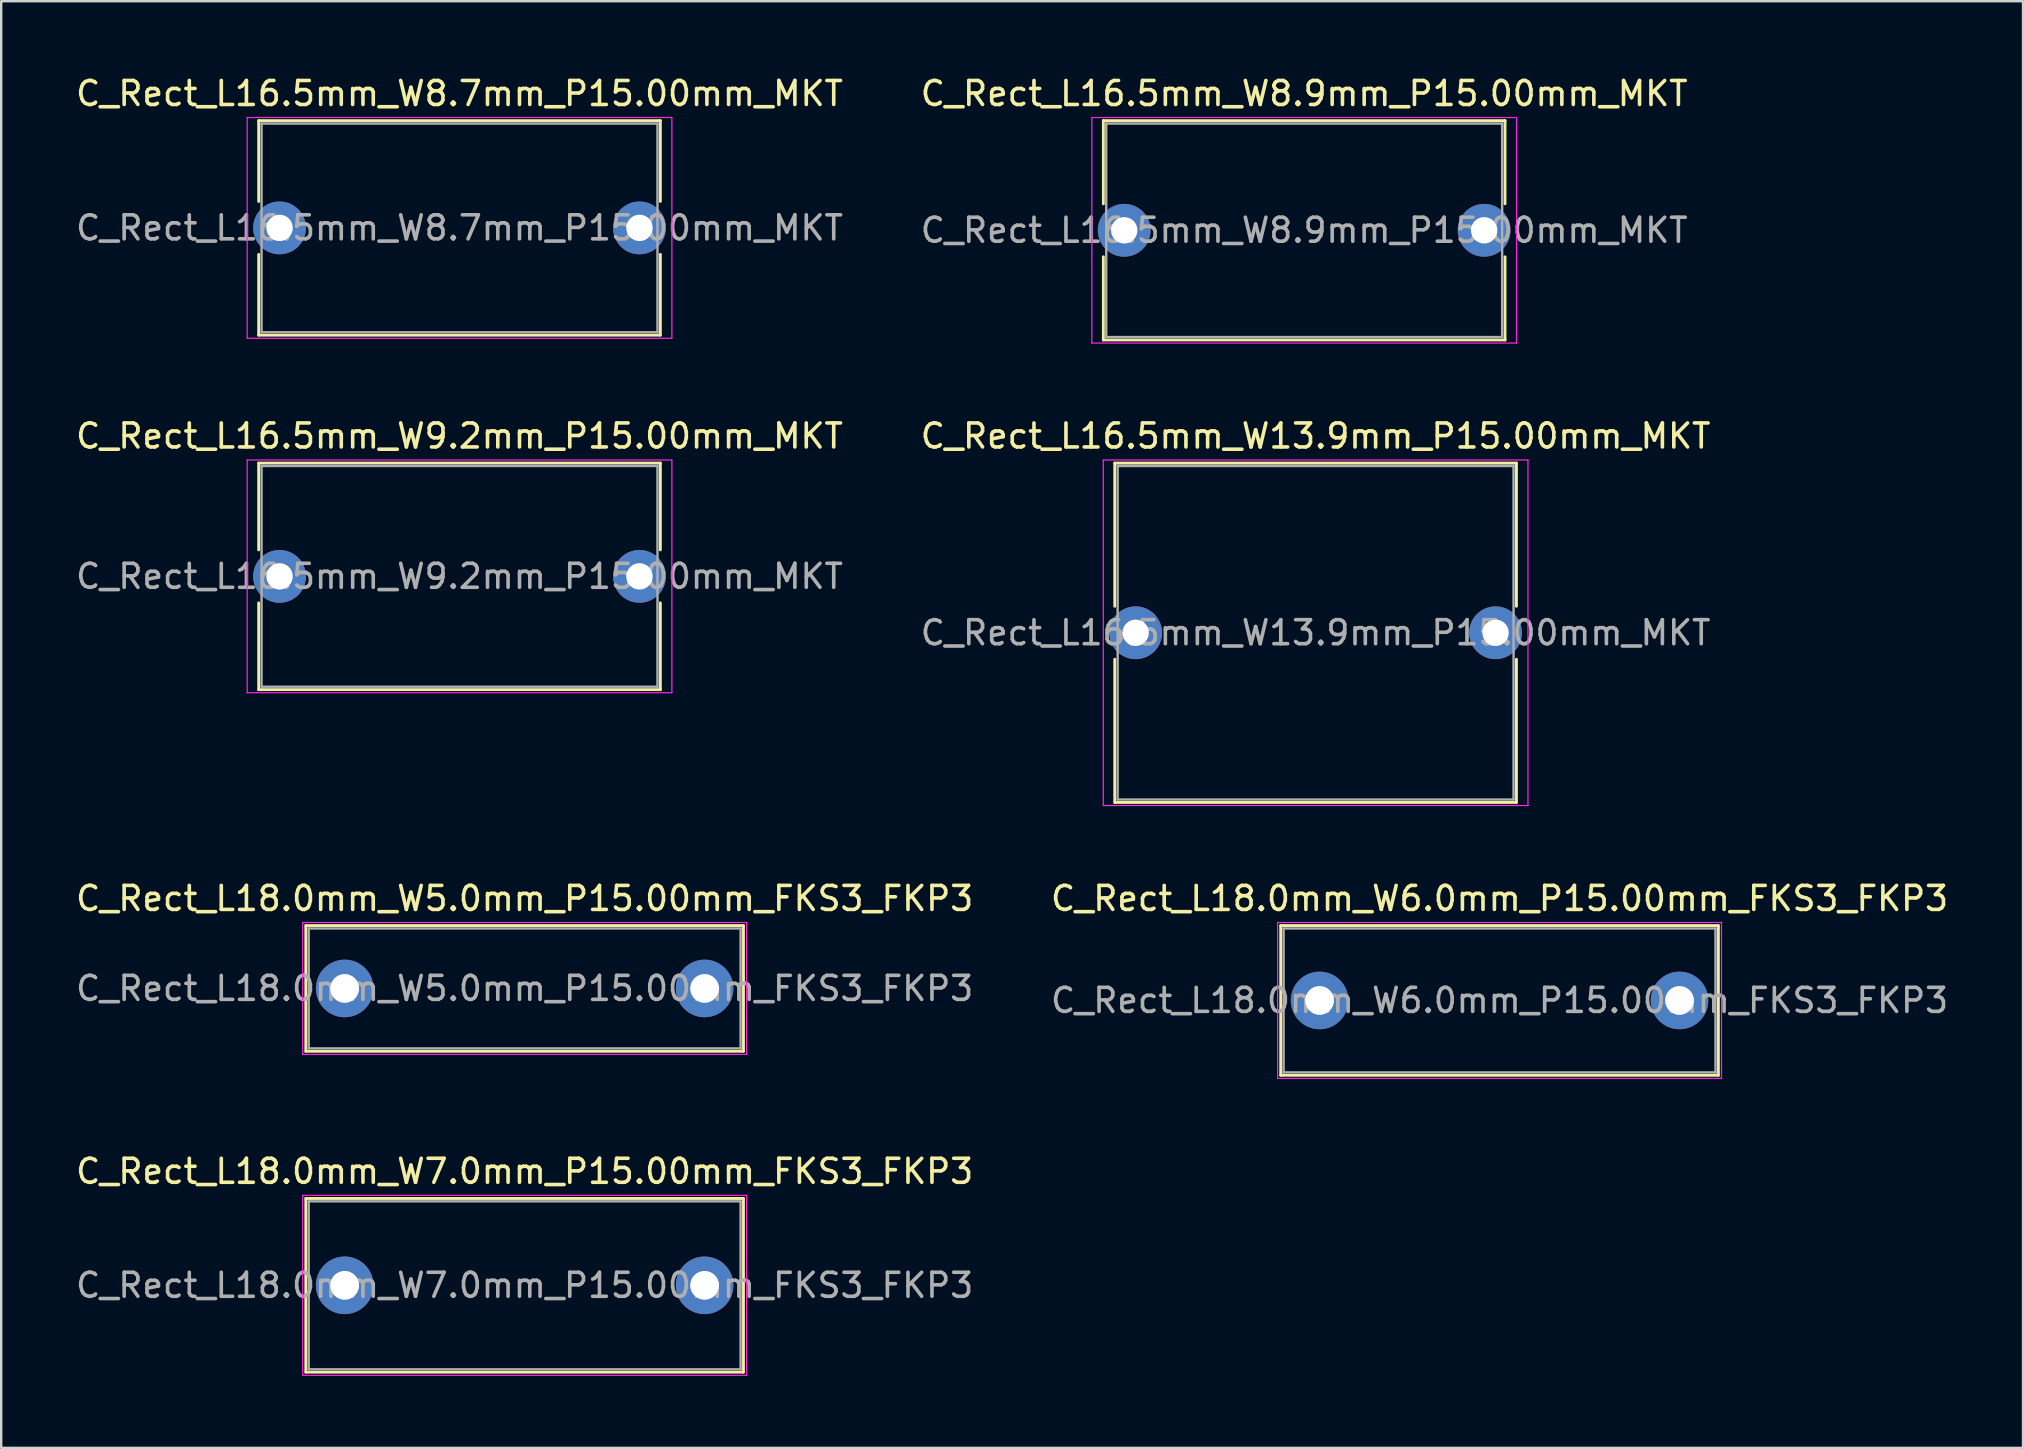
<source format=kicad_pcb>
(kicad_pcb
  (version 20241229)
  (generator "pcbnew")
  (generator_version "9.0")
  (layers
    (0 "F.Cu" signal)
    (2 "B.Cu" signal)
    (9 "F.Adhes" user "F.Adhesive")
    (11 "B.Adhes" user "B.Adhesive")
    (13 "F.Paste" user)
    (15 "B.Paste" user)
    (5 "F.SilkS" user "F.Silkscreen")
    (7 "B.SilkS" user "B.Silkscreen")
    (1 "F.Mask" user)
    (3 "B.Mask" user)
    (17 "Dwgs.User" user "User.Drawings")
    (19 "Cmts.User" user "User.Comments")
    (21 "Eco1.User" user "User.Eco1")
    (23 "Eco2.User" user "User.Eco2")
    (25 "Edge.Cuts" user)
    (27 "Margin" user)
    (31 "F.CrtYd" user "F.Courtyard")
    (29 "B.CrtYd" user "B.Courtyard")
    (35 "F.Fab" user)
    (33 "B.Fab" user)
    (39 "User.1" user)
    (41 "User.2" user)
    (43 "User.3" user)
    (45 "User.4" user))
  (footprint "C_Rect_L18.0mm_W7.0mm_P15.00mm_FKS3_FKP3"
    (layer "F.Cu")
    (at 11.315 50.518)
    (property "Reference" "C_Rect_L18.0mm_W7.0mm_P15.00mm_FKS3_FKP3" (at 7.5 -4.75 0) (layer "F.SilkS") (effects (font (size 1 1) (thickness 0.15))))
    (attr through_hole)
    (fp_line (start -1.62 -3.62) (end -1.62 3.62) (stroke (width 0.12) (type solid)) (layer "F.SilkS"))
    (fp_line (start -1.62 -3.62) (end 16.62 -3.62) (stroke (width 0.12) (type solid)) (layer "F.SilkS"))
    (fp_line (start -1.62 3.62) (end 16.62 3.62) (stroke (width 0.12) (type solid)) (layer "F.SilkS"))
    (fp_line (start 16.62 -3.62) (end 16.62 3.62) (stroke (width 0.12) (type solid)) (layer "F.SilkS"))
    (fp_line (start -1.75 -3.75) (end -1.75 3.75) (stroke (width 0.05) (type solid)) (layer "F.CrtYd"))
    (fp_line (start -1.75 3.75) (end 16.75 3.75) (stroke (width 0.05) (type solid)) (layer "F.CrtYd"))
    (fp_line (start 16.75 -3.75) (end -1.75 -3.75) (stroke (width 0.05) (type solid)) (layer "F.CrtYd"))
    (fp_line (start 16.75 3.75) (end 16.75 -3.75) (stroke (width 0.05) (type solid)) (layer "F.CrtYd"))
    (fp_line (start -1.5 -3.5) (end -1.5 3.5) (stroke (width 0.1) (type solid)) (layer "F.Fab"))
    (fp_line (start -1.5 3.5) (end 16.5 3.5) (stroke (width 0.1) (type solid)) (layer "F.Fab"))
    (fp_line (start 16.5 -3.5) (end -1.5 -3.5) (stroke (width 0.1) (type solid)) (layer "F.Fab"))
    (fp_line (start 16.5 3.5) (end 16.5 -3.5) (stroke (width 0.1) (type solid)) (layer "F.Fab"))
    (fp_text user "${REFERENCE}" (at 7.5 0 0) (layer "F.Fab") (effects (font (size 1 1) (thickness 0.15))))
    (pad "1" thru_hole circle (at 0 0) (size 2.4 2.4) (drill 1.2) (layers "*.Cu" "*.Mask"))
    (pad "2" thru_hole circle (at 15 0) (size 2.4 2.4) (drill 1.2) (layers "*.Cu" "*.Mask")))
  (footprint "C_Rect_L18.0mm_W6.0mm_P15.00mm_FKS3_FKP3"
    (layer "F.Cu")
    (at 51.946 38.645)
    (property "Reference" "C_Rect_L18.0mm_W6.0mm_P15.00mm_FKS3_FKP3" (at 7.5 -4.25 0) (layer "F.SilkS") (effects (font (size 1 1) (thickness 0.15))))
    (attr through_hole)
    (fp_line (start -1.62 -3.12) (end -1.62 3.12) (stroke (width 0.12) (type solid)) (layer "F.SilkS"))
    (fp_line (start -1.62 -3.12) (end 16.62 -3.12) (stroke (width 0.12) (type solid)) (layer "F.SilkS"))
    (fp_line (start -1.62 3.12) (end 16.62 3.12) (stroke (width 0.12) (type solid)) (layer "F.SilkS"))
    (fp_line (start 16.62 -3.12) (end 16.62 3.12) (stroke (width 0.12) (type solid)) (layer "F.SilkS"))
    (fp_line (start -1.75 -3.25) (end -1.75 3.25) (stroke (width 0.05) (type solid)) (layer "F.CrtYd"))
    (fp_line (start -1.75 3.25) (end 16.75 3.25) (stroke (width 0.05) (type solid)) (layer "F.CrtYd"))
    (fp_line (start 16.75 -3.25) (end -1.75 -3.25) (stroke (width 0.05) (type solid)) (layer "F.CrtYd"))
    (fp_line (start 16.75 3.25) (end 16.75 -3.25) (stroke (width 0.05) (type solid)) (layer "F.CrtYd"))
    (fp_line (start -1.5 -3) (end -1.5 3) (stroke (width 0.1) (type solid)) (layer "F.Fab"))
    (fp_line (start -1.5 3) (end 16.5 3) (stroke (width 0.1) (type solid)) (layer "F.Fab"))
    (fp_line (start 16.5 -3) (end -1.5 -3) (stroke (width 0.1) (type solid)) (layer "F.Fab"))
    (fp_line (start 16.5 3) (end 16.5 -3) (stroke (width 0.1) (type solid)) (layer "F.Fab"))
    (fp_text user "${REFERENCE}" (at 7.5 0 0) (layer "F.Fab") (effects (font (size 1 1) (thickness 0.15))))
    (pad "1" thru_hole circle (at 0 0) (size 2.4 2.4) (drill 1.2) (layers "*.Cu" "*.Mask"))
    (pad "2" thru_hole circle (at 15 0) (size 2.4 2.4) (drill 1.2) (layers "*.Cu" "*.Mask")))
  (footprint "C_Rect_L16.5mm_W9.2mm_P15.00mm_MKT"
    (layer "F.Cu")
    (at 8.601 20.971)
    (property "Reference" "C_Rect_L16.5mm_W9.2mm_P15.00mm_MKT" (at 7.5 -5.85 0) (layer "F.SilkS") (effects (font (size 1 1) (thickness 0.15))))
    (attr through_hole)
    (fp_line (start -0.87 -4.72) (end -0.87 -1.104) (stroke (width 0.12) (type solid)) (layer "F.SilkS"))
    (fp_line (start -0.87 -4.72) (end 15.87 -4.72) (stroke (width 0.12) (type solid)) (layer "F.SilkS"))
    (fp_line (start -0.87 1.104) (end -0.87 4.72) (stroke (width 0.12) (type solid)) (layer "F.SilkS"))
    (fp_line (start -0.87 4.72) (end 15.87 4.72) (stroke (width 0.12) (type solid)) (layer "F.SilkS"))
    (fp_line (start 15.87 -4.72) (end 15.87 -1.104) (stroke (width 0.12) (type solid)) (layer "F.SilkS"))
    (fp_line (start 15.87 1.104) (end 15.87 4.72) (stroke (width 0.12) (type solid)) (layer "F.SilkS"))
    (fp_line (start -1.35 -4.85) (end -1.35 4.85) (stroke (width 0.05) (type solid)) (layer "F.CrtYd"))
    (fp_line (start -1.35 4.85) (end 16.35 4.85) (stroke (width 0.05) (type solid)) (layer "F.CrtYd"))
    (fp_line (start 16.35 -4.85) (end -1.35 -4.85) (stroke (width 0.05) (type solid)) (layer "F.CrtYd"))
    (fp_line (start 16.35 4.85) (end 16.35 -4.85) (stroke (width 0.05) (type solid)) (layer "F.CrtYd"))
    (fp_line (start -0.75 -4.6) (end -0.75 4.6) (stroke (width 0.1) (type solid)) (layer "F.Fab"))
    (fp_line (start -0.75 4.6) (end 15.75 4.6) (stroke (width 0.1) (type solid)) (layer "F.Fab"))
    (fp_line (start 15.75 -4.6) (end -0.75 -4.6) (stroke (width 0.1) (type solid)) (layer "F.Fab"))
    (fp_line (start 15.75 4.6) (end 15.75 -4.6) (stroke (width 0.1) (type solid)) (layer "F.Fab"))
    (fp_text user "${REFERENCE}" (at 7.5 0 0) (layer "F.Fab") (effects (font (size 1 1) (thickness 0.15))))
    (pad "1" thru_hole circle (at 0 0) (size 2.2 2.2) (drill 1.1) (layers "*.Cu" "*.Mask"))
    (pad "2" thru_hole circle (at 15 0) (size 2.2 2.2) (drill 1.1) (layers "*.Cu" "*.Mask")))
  (footprint "C_Rect_L16.5mm_W8.9mm_P15.00mm_MKT"
    (layer "F.Cu")
    (at 43.804 6.548)
    (property "Reference" "C_Rect_L16.5mm_W8.9mm_P15.00mm_MKT" (at 7.5 -5.7 0) (layer "F.SilkS") (effects (font (size 1 1) (thickness 0.15))))
    (attr through_hole)
    (fp_line (start -0.87 -4.57) (end -0.87 -1.104) (stroke (width 0.12) (type solid)) (layer "F.SilkS"))
    (fp_line (start -0.87 -4.57) (end 15.87 -4.57) (stroke (width 0.12) (type solid)) (layer "F.SilkS"))
    (fp_line (start -0.87 1.104) (end -0.87 4.57) (stroke (width 0.12) (type solid)) (layer "F.SilkS"))
    (fp_line (start -0.87 4.57) (end 15.87 4.57) (stroke (width 0.12) (type solid)) (layer "F.SilkS"))
    (fp_line (start 15.87 -4.57) (end 15.87 -1.104) (stroke (width 0.12) (type solid)) (layer "F.SilkS"))
    (fp_line (start 15.87 1.104) (end 15.87 4.57) (stroke (width 0.12) (type solid)) (layer "F.SilkS"))
    (fp_line (start -1.35 -4.7) (end -1.35 4.7) (stroke (width 0.05) (type solid)) (layer "F.CrtYd"))
    (fp_line (start -1.35 4.7) (end 16.35 4.7) (stroke (width 0.05) (type solid)) (layer "F.CrtYd"))
    (fp_line (start 16.35 -4.7) (end -1.35 -4.7) (stroke (width 0.05) (type solid)) (layer "F.CrtYd"))
    (fp_line (start 16.35 4.7) (end 16.35 -4.7) (stroke (width 0.05) (type solid)) (layer "F.CrtYd"))
    (fp_line (start -0.75 -4.45) (end -0.75 4.45) (stroke (width 0.1) (type solid)) (layer "F.Fab"))
    (fp_line (start -0.75 4.45) (end 15.75 4.45) (stroke (width 0.1) (type solid)) (layer "F.Fab"))
    (fp_line (start 15.75 -4.45) (end -0.75 -4.45) (stroke (width 0.1) (type solid)) (layer "F.Fab"))
    (fp_line (start 15.75 4.45) (end 15.75 -4.45) (stroke (width 0.1) (type solid)) (layer "F.Fab"))
    (fp_text user "${REFERENCE}" (at 7.5 0 0) (layer "F.Fab") (effects (font (size 1 1) (thickness 0.15))))
    (pad "1" thru_hole circle (at 0 0) (size 2.2 2.2) (drill 1.1) (layers "*.Cu" "*.Mask"))
    (pad "2" thru_hole circle (at 15 0) (size 2.2 2.2) (drill 1.1) (layers "*.Cu" "*.Mask")))
  (footprint "C_Rect_L16.5mm_W8.7mm_P15.00mm_MKT"
    (layer "F.Cu")
    (at 8.601 6.448)
    (property "Reference" "C_Rect_L16.5mm_W8.7mm_P15.00mm_MKT" (at 7.5 -5.6 0) (layer "F.SilkS") (effects (font (size 1 1) (thickness 0.15))))
    (attr through_hole)
    (fp_line (start -0.87 -4.47) (end -0.87 -1.104) (stroke (width 0.12) (type solid)) (layer "F.SilkS"))
    (fp_line (start -0.87 -4.47) (end 15.87 -4.47) (stroke (width 0.12) (type solid)) (layer "F.SilkS"))
    (fp_line (start -0.87 1.104) (end -0.87 4.47) (stroke (width 0.12) (type solid)) (layer "F.SilkS"))
    (fp_line (start -0.87 4.47) (end 15.87 4.47) (stroke (width 0.12) (type solid)) (layer "F.SilkS"))
    (fp_line (start 15.87 -4.47) (end 15.87 -1.104) (stroke (width 0.12) (type solid)) (layer "F.SilkS"))
    (fp_line (start 15.87 1.104) (end 15.87 4.47) (stroke (width 0.12) (type solid)) (layer "F.SilkS"))
    (fp_line (start -1.35 -4.6) (end -1.35 4.6) (stroke (width 0.05) (type solid)) (layer "F.CrtYd"))
    (fp_line (start -1.35 4.6) (end 16.35 4.6) (stroke (width 0.05) (type solid)) (layer "F.CrtYd"))
    (fp_line (start 16.35 -4.6) (end -1.35 -4.6) (stroke (width 0.05) (type solid)) (layer "F.CrtYd"))
    (fp_line (start 16.35 4.6) (end 16.35 -4.6) (stroke (width 0.05) (type solid)) (layer "F.CrtYd"))
    (fp_line (start -0.75 -4.35) (end -0.75 4.35) (stroke (width 0.1) (type solid)) (layer "F.Fab"))
    (fp_line (start -0.75 4.35) (end 15.75 4.35) (stroke (width 0.1) (type solid)) (layer "F.Fab"))
    (fp_line (start 15.75 -4.35) (end -0.75 -4.35) (stroke (width 0.1) (type solid)) (layer "F.Fab"))
    (fp_line (start 15.75 4.35) (end 15.75 -4.35) (stroke (width 0.1) (type solid)) (layer "F.Fab"))
    (fp_text user "${REFERENCE}" (at 7.5 0 0) (layer "F.Fab") (effects (font (size 1 1) (thickness 0.15))))
    (pad "1" thru_hole circle (at 0 0) (size 2.2 2.2) (drill 1.1) (layers "*.Cu" "*.Mask"))
    (pad "2" thru_hole circle (at 15 0) (size 2.2 2.2) (drill 1.1) (layers "*.Cu" "*.Mask")))
  (footprint "C_Rect_L18.0mm_W5.0mm_P15.00mm_FKS3_FKP3"
    (layer "F.Cu")
    (at 11.315 38.145)
    (property "Reference" "C_Rect_L18.0mm_W5.0mm_P15.00mm_FKS3_FKP3" (at 7.5 -3.75 0) (layer "F.SilkS") (effects (font (size 1 1) (thickness 0.15))))
    (attr through_hole)
    (fp_line (start -1.62 -2.62) (end -1.62 2.62) (stroke (width 0.12) (type solid)) (layer "F.SilkS"))
    (fp_line (start -1.62 -2.62) (end 16.62 -2.62) (stroke (width 0.12) (type solid)) (layer "F.SilkS"))
    (fp_line (start -1.62 2.62) (end 16.62 2.62) (stroke (width 0.12) (type solid)) (layer "F.SilkS"))
    (fp_line (start 16.62 -2.62) (end 16.62 2.62) (stroke (width 0.12) (type solid)) (layer "F.SilkS"))
    (fp_line (start -1.75 -2.75) (end -1.75 2.75) (stroke (width 0.05) (type solid)) (layer "F.CrtYd"))
    (fp_line (start -1.75 2.75) (end 16.75 2.75) (stroke (width 0.05) (type solid)) (layer "F.CrtYd"))
    (fp_line (start 16.75 -2.75) (end -1.75 -2.75) (stroke (width 0.05) (type solid)) (layer "F.CrtYd"))
    (fp_line (start 16.75 2.75) (end 16.75 -2.75) (stroke (width 0.05) (type solid)) (layer "F.CrtYd"))
    (fp_line (start -1.5 -2.5) (end -1.5 2.5) (stroke (width 0.1) (type solid)) (layer "F.Fab"))
    (fp_line (start -1.5 2.5) (end 16.5 2.5) (stroke (width 0.1) (type solid)) (layer "F.Fab"))
    (fp_line (start 16.5 -2.5) (end -1.5 -2.5) (stroke (width 0.1) (type solid)) (layer "F.Fab"))
    (fp_line (start 16.5 2.5) (end 16.5 -2.5) (stroke (width 0.1) (type solid)) (layer "F.Fab"))
    (fp_text user "${REFERENCE}" (at 7.5 0 0) (layer "F.Fab") (effects (font (size 1 1) (thickness 0.15))))
    (pad "1" thru_hole circle (at 0 0) (size 2.4 2.4) (drill 1.2) (layers "*.Cu" "*.Mask"))
    (pad "2" thru_hole circle (at 15 0) (size 2.4 2.4) (drill 1.2) (layers "*.Cu" "*.Mask")))
  (footprint "C_Rect_L16.5mm_W13.9mm_P15.00mm_MKT"
    (layer "F.Cu")
    (at 44.28 23.322)
    (property "Reference" "C_Rect_L16.5mm_W13.9mm_P15.00mm_MKT" (at 7.5 -8.2 0) (layer "F.SilkS") (effects (font (size 1 1) (thickness 0.15))))
    (attr through_hole)
    (fp_line (start -0.87 -7.07) (end -0.87 -1.104) (stroke (width 0.12) (type solid)) (layer "F.SilkS"))
    (fp_line (start -0.87 -7.07) (end 15.87 -7.07) (stroke (width 0.12) (type solid)) (layer "F.SilkS"))
    (fp_line (start -0.87 1.104) (end -0.87 7.07) (stroke (width 0.12) (type solid)) (layer "F.SilkS"))
    (fp_line (start -0.87 7.07) (end 15.87 7.07) (stroke (width 0.12) (type solid)) (layer "F.SilkS"))
    (fp_line (start 15.87 -7.07) (end 15.87 -1.104) (stroke (width 0.12) (type solid)) (layer "F.SilkS"))
    (fp_line (start 15.87 1.104) (end 15.87 7.07) (stroke (width 0.12) (type solid)) (layer "F.SilkS"))
    (fp_line (start -1.35 -7.2) (end -1.35 7.2) (stroke (width 0.05) (type solid)) (layer "F.CrtYd"))
    (fp_line (start -1.35 7.2) (end 16.35 7.2) (stroke (width 0.05) (type solid)) (layer "F.CrtYd"))
    (fp_line (start 16.35 -7.2) (end -1.35 -7.2) (stroke (width 0.05) (type solid)) (layer "F.CrtYd"))
    (fp_line (start 16.35 7.2) (end 16.35 -7.2) (stroke (width 0.05) (type solid)) (layer "F.CrtYd"))
    (fp_line (start -0.75 -6.95) (end -0.75 6.95) (stroke (width 0.1) (type solid)) (layer "F.Fab"))
    (fp_line (start -0.75 6.95) (end 15.75 6.95) (stroke (width 0.1) (type solid)) (layer "F.Fab"))
    (fp_line (start 15.75 -6.95) (end -0.75 -6.95) (stroke (width 0.1) (type solid)) (layer "F.Fab"))
    (fp_line (start 15.75 6.95) (end 15.75 -6.95) (stroke (width 0.1) (type solid)) (layer "F.Fab"))
    (fp_text user "${REFERENCE}" (at 7.5 0 0) (layer "F.Fab") (effects (font (size 1 1) (thickness 0.15))))
    (pad "1" thru_hole circle (at 0 0) (size 2.2 2.2) (drill 1.1) (layers "*.Cu" "*.Mask"))
    (pad "2" thru_hole circle (at 15 0) (size 2.2 2.2) (drill 1.1) (layers "*.Cu" "*.Mask")))
  (gr_rect
    (start -3 -3)
    (end 81.262 57.293)
    (stroke (width 0.1) (type default))
    (fill no)
    (layer "Edge.Cuts")))
</source>
